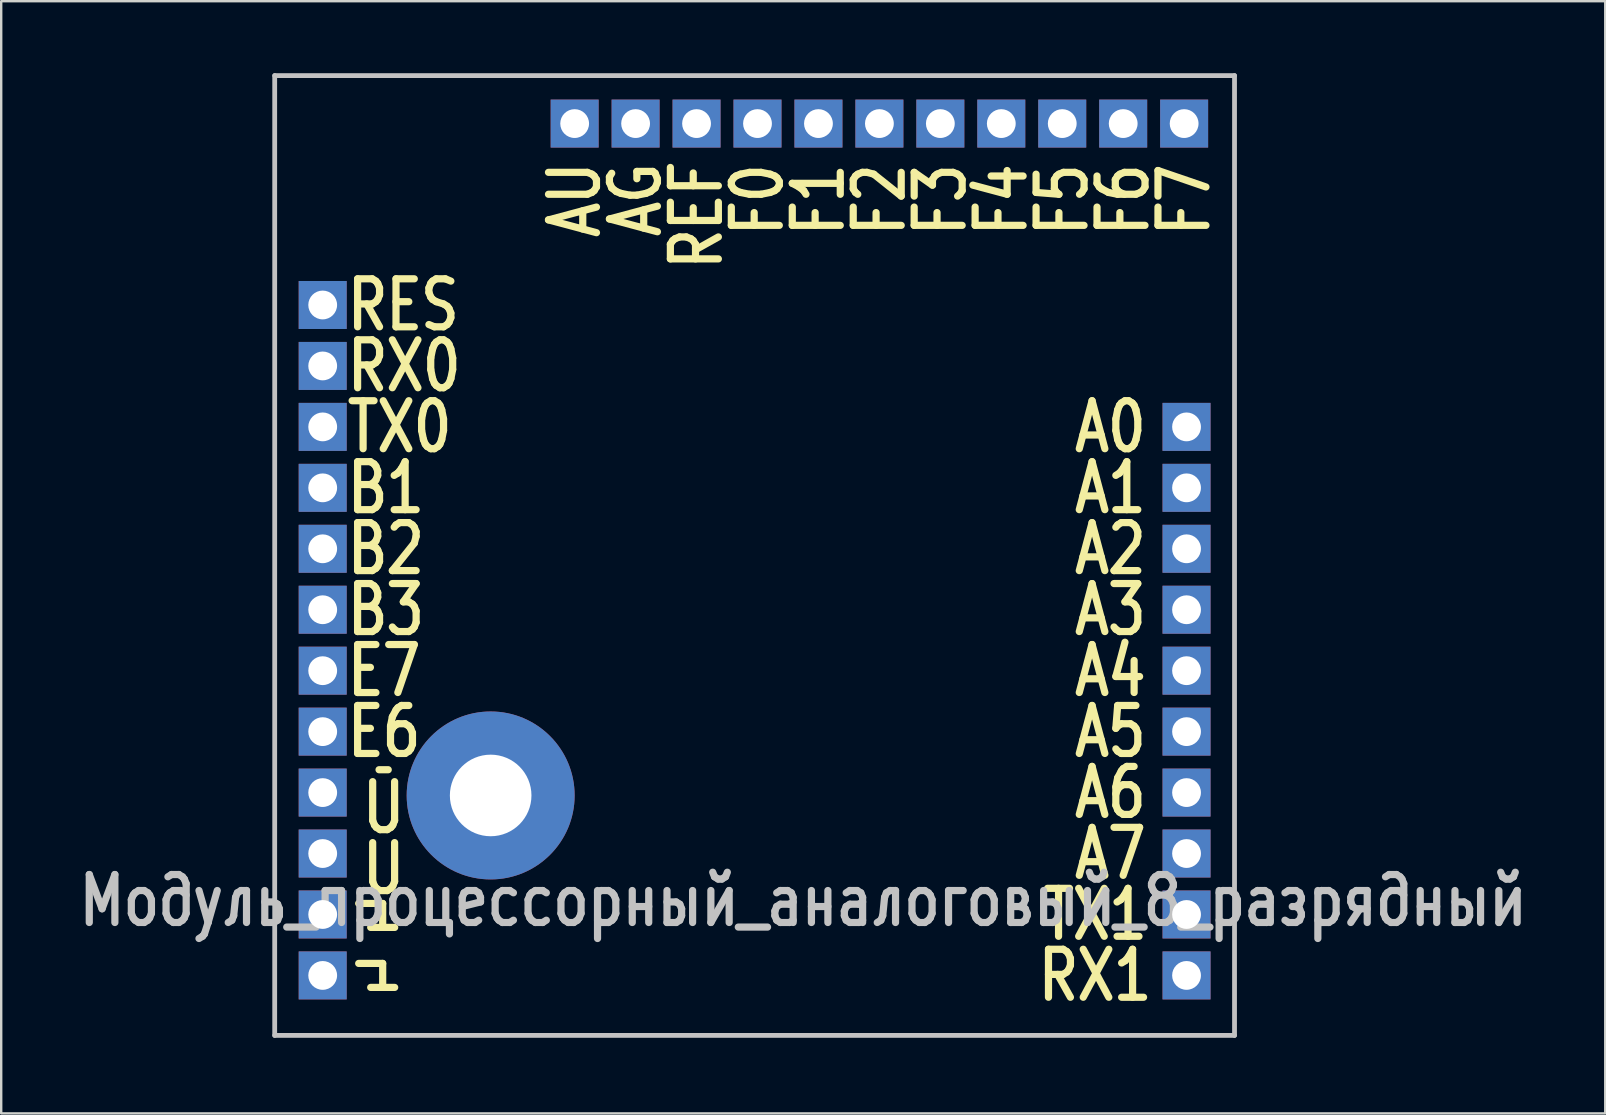
<source format=kicad_pcb>
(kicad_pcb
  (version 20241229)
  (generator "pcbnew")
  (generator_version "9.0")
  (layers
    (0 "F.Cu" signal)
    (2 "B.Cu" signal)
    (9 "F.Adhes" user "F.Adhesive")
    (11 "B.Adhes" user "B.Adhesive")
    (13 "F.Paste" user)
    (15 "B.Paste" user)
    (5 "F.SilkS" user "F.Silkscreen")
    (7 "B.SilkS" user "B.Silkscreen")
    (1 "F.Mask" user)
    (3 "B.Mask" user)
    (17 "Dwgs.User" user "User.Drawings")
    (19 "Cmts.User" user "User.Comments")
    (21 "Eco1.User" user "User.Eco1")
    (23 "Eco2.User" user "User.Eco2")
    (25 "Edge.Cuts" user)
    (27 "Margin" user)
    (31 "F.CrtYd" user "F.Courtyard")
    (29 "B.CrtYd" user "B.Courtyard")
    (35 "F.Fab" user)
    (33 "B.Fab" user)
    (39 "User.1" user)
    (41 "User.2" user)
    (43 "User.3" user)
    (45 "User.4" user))
  (footprint "Модуль_процессорный_аналоговый_8_разрядный"
    (layer "F.Cu")
    (at 8.398 40.1)
    (property "Reference" "Модуль_процессорный_аналоговый_8_разрядный" (at 22.025 -5.615 0) (layer "Dwgs.User") (effects (font (size 2 1.6) (thickness 0.3))))
    (attr through_hole)
    (fp_line (start 3.5 -5.5) (end 4.5 -5.5) (stroke (width 0.3) (type solid)) (layer "F.SilkS"))
    (fp_line (start 3.5 -3) (end 4.5 -3) (stroke (width 0.3) (type solid)) (layer "F.SilkS"))
    (fp_line (start 4 -4.5) (end 5 -4.5) (stroke (width 0.3) (type solid)) (layer "F.SilkS"))
    (fp_line (start 4 -2) (end 5 -2) (stroke (width 0.3) (type solid)) (layer "F.SilkS"))
    (fp_line (start 4.349 -11.072) (end 4.731 -11.072) (stroke (width 0.3) (type solid)) (layer "F.SilkS"))
    (fp_line (start 4.5 -5.5) (end 4.5 -4.5) (stroke (width 0.3) (type solid)) (layer "F.SilkS"))
    (fp_line (start 4.5 -3) (end 4.5 -2) (stroke (width 0.3) (type solid)) (layer "F.SilkS"))
    (fp_line (start 0 -40) (end 40 -40) (stroke (width 0.2) (type solid)) (layer "Dwgs.User"))
    (fp_line (start 0 0) (end 0 -40) (stroke (width 0.2) (type solid)) (layer "Dwgs.User"))
    (fp_line (start 40 -40) (end 40 0) (stroke (width 0.2) (type solid)) (layer "Dwgs.User"))
    (fp_line (start 40 0) (end 0 0) (stroke (width 0.2) (type solid)) (layer "Dwgs.User"))
    (fp_text user "B2" (at 4.636 -20.28 0) (layer "F.SilkS") (effects (font (size 2 1.6) (thickness 0.3))))
    (fp_text user "TX1" (at 34.19 -5.04 0) (layer "F.SilkS") (effects (font (size 2 1.6) (thickness 0.3))))
    (fp_text user "F4" (at 30.28 -34.825 90) (layer "F.SilkS") (effects (font (size 2 1.6) (thickness 0.3))))
    (fp_text user "A4" (at 34.825 -15.2 0) (layer "F.SilkS") (effects (font (size 2 1.6) (thickness 0.3))))
    (fp_text user "A0" (at 34.825 -25.36 0) (layer "F.SilkS") (effects (font (size 2 1.6) (thickness 0.3))))
    (fp_text user "A1" (at 34.825 -22.82 0) (layer "F.SilkS") (effects (font (size 2 1.6) (thickness 0.3))))
    (fp_text user "A5" (at 34.825 -12.66 0) (layer "F.SilkS") (effects (font (size 2 1.6) (thickness 0.3))))
    (fp_text user "F3" (at 27.74 -34.825 90) (layer "F.SilkS") (effects (font (size 2 1.6) (thickness 0.3))))
    (fp_text user "U" (at 4.54 -9.485 0) (layer "F.SilkS") (effects (font (size 2 1.6) (thickness 0.3))))
    (fp_text user "B1" (at 4.636 -22.82 0) (layer "F.SilkS") (effects (font (size 2 1.6) (thickness 0.3))))
    (fp_text user "E6" (at 4.56 -12.66 0) (layer "F.SilkS") (effects (font (size 2 1.6) (thickness 0.3))))
    (fp_text user "REF" (at 17.58 -34.19 90) (layer "F.SilkS") (effects (font (size 2 1.6) (thickness 0.3))))
    (fp_text user "A2" (at 34.825 -20.28 0) (layer "F.SilkS") (effects (font (size 2 1.6) (thickness 0.3))))
    (fp_text user "A7" (at 34.825 -7.58 0) (layer "F.SilkS") (effects (font (size 2 1.6) (thickness 0.3))))
    (fp_text user "A3" (at 34.825 -17.74 0) (layer "F.SilkS") (effects (font (size 2 1.6) (thickness 0.3))))
    (fp_text user "B3" (at 4.636 -17.74 0) (layer "F.SilkS") (effects (font (size 2 1.6) (thickness 0.3))))
    (fp_text user "F1" (at 22.66 -34.825 90) (layer "F.SilkS") (effects (font (size 2 1.6) (thickness 0.3))))
    (fp_text user "RX0" (at 5.398 -27.9 0) (layer "F.SilkS") (effects (font (size 2 1.6) (thickness 0.3))))
    (fp_text user "F6" (at 35.36 -34.825 90) (layer "F.SilkS") (effects (font (size 2 1.6) (thickness 0.3))))
    (fp_text user "U" (at 4.54 -6.945 0) (layer "F.SilkS") (effects (font (size 2 1.6) (thickness 0.3))))
    (fp_text user "F7" (at 37.9 -34.825 90) (layer "F.SilkS") (effects (font (size 2 1.6) (thickness 0.3))))
    (fp_text user "F2" (at 25.2 -34.825 90) (layer "F.SilkS") (effects (font (size 2 1.6) (thickness 0.3))))
    (fp_text user "F5" (at 32.82 -34.825 90) (layer "F.SilkS") (effects (font (size 2 1.6) (thickness 0.3))))
    (fp_text user "E7" (at 4.56 -15.2 0) (layer "F.SilkS") (effects (font (size 2 1.6) (thickness 0.3))))
    (fp_text user "RES" (at 5.36 -30.44 0) (layer "F.SilkS") (effects (font (size 2 1.6) (thickness 0.3))))
    (fp_text user "F0" (at 20.12 -34.825 90) (layer "F.SilkS") (effects (font (size 2 1.6) (thickness 0.3))))
    (fp_text user "AU" (at 12.5 -34.825 90) (layer "F.SilkS") (effects (font (size 2 1.6) (thickness 0.3))))
    (fp_text user "A6" (at 34.825 -10.12 0) (layer "F.SilkS") (effects (font (size 2 1.6) (thickness 0.3))))
    (fp_text user "TX0" (at 5.208 -25.36 0) (layer "F.SilkS") (effects (font (size 2 1.6) (thickness 0.3))))
    (fp_text user "RX1" (at 34.19 -2.5 0) (layer "F.SilkS") (effects (font (size 2 1.6) (thickness 0.3))))
    (fp_text user "AG" (at 15.04 -34.825 90) (layer "F.SilkS") (effects (font (size 2 1.6) (thickness 0.3))))
    (pad "" thru_hole circle (at 9 -10) (size 7 7) (drill 3.4) (layers "*.Cu" "*.Mask"))
    (pad "1" thru_hole rect (at 2 -30.44) (size 2 2) (drill 1.2) (layers "*.Cu" "*.Mask"))
    (pad "2" thru_hole rect (at 2 -27.9) (size 2 2) (drill 1.2) (layers "*.Cu" "*.Mask"))
    (pad "3" thru_hole rect (at 2 -25.36) (size 2 2) (drill 1.2) (layers "*.Cu" "*.Mask"))
    (pad "4" thru_hole rect (at 2 -22.82) (size 2 2) (drill 1.2) (layers "*.Cu" "*.Mask"))
    (pad "5" thru_hole rect (at 2 -20.28) (size 2 2) (drill 1.2) (layers "*.Cu" "*.Mask"))
    (pad "6" thru_hole rect (at 2 -17.74) (size 2 2) (drill 1.2) (layers "*.Cu" "*.Mask"))
    (pad "7" thru_hole rect (at 2 -15.2) (size 2 2) (drill 1.2) (layers "*.Cu" "*.Mask"))
    (pad "8" thru_hole rect (at 2 -12.66) (size 2 2) (drill 1.2) (layers "*.Cu" "*.Mask"))
    (pad "9" thru_hole rect (at 2 -10.12) (size 2 2) (drill 1.2) (layers "*.Cu" "*.Mask"))
    (pad "10" thru_hole rect (at 2 -7.58) (size 2 2) (drill 1.2) (layers "*.Cu" "*.Mask"))
    (pad "11" thru_hole rect (at 2 -5.04) (size 2 2) (drill 1.2) (layers "*.Cu" "*.Mask"))
    (pad "12" thru_hole rect (at 2 -2.5) (size 2 2) (drill 1.2) (layers "*.Cu" "*.Mask"))
    (pad "13" thru_hole rect (at 38 -2.5) (size 2 2) (drill 1.2) (layers "*.Cu" "*.Mask"))
    (pad "14" thru_hole rect (at 38 -5.04) (size 2 2) (drill 1.2) (layers "*.Cu" "*.Mask"))
    (pad "15" thru_hole rect (at 38 -7.58) (size 2 2) (drill 1.2) (layers "*.Cu" "*.Mask"))
    (pad "16" thru_hole rect (at 38 -10.12) (size 2 2) (drill 1.2) (layers "*.Cu" "*.Mask"))
    (pad "17" thru_hole rect (at 38 -12.66) (size 2 2) (drill 1.2) (layers "*.Cu" "*.Mask"))
    (pad "18" thru_hole rect (at 38 -15.2) (size 2 2) (drill 1.2) (layers "*.Cu" "*.Mask"))
    (pad "19" thru_hole rect (at 38 -17.74) (size 2 2) (drill 1.2) (layers "*.Cu" "*.Mask"))
    (pad "20" thru_hole rect (at 38 -20.28) (size 2 2) (drill 1.2) (layers "*.Cu" "*.Mask"))
    (pad "21" thru_hole rect (at 38 -22.82) (size 2 2) (drill 1.2) (layers "*.Cu" "*.Mask"))
    (pad "22" thru_hole rect (at 38 -25.36) (size 2 2) (drill 1.2) (layers "*.Cu" "*.Mask"))
    (pad "23" thru_hole rect (at 37.9 -38) (size 2 2) (drill 1.2) (layers "*.Cu" "*.Mask"))
    (pad "24" thru_hole rect (at 35.36 -38) (size 2 2) (drill 1.2) (layers "*.Cu" "*.Mask"))
    (pad "25" thru_hole rect (at 32.82 -38) (size 2 2) (drill 1.2) (layers "*.Cu" "*.Mask"))
    (pad "26" thru_hole rect (at 30.28 -38) (size 2 2) (drill 1.2) (layers "*.Cu" "*.Mask"))
    (pad "27" thru_hole rect (at 27.74 -38) (size 2 2) (drill 1.2) (layers "*.Cu" "*.Mask"))
    (pad "28" thru_hole rect (at 25.2 -38) (size 2 2) (drill 1.2) (layers "*.Cu" "*.Mask"))
    (pad "29" thru_hole rect (at 22.66 -38) (size 2 2) (drill 1.2) (layers "*.Cu" "*.Mask"))
    (pad "30" thru_hole rect (at 20.12 -38) (size 2 2) (drill 1.2) (layers "*.Cu" "*.Mask"))
    (pad "31" thru_hole rect (at 17.58 -38) (size 2 2) (drill 1.2) (layers "*.Cu" "*.Mask"))
    (pad "32" thru_hole rect (at 15.04 -38) (size 2 2) (drill 1.2) (layers "*.Cu" "*.Mask"))
    (pad "33" thru_hole rect (at 12.5 -38) (size 2 2) (drill 1.2) (layers "*.Cu" "*.Mask")))
  (gr_rect
    (start -3 -3)
    (end 63.847 43.35)
    (stroke (width 0.1) (type default))
    (fill no)
    (layer "Edge.Cuts")))
</source>
